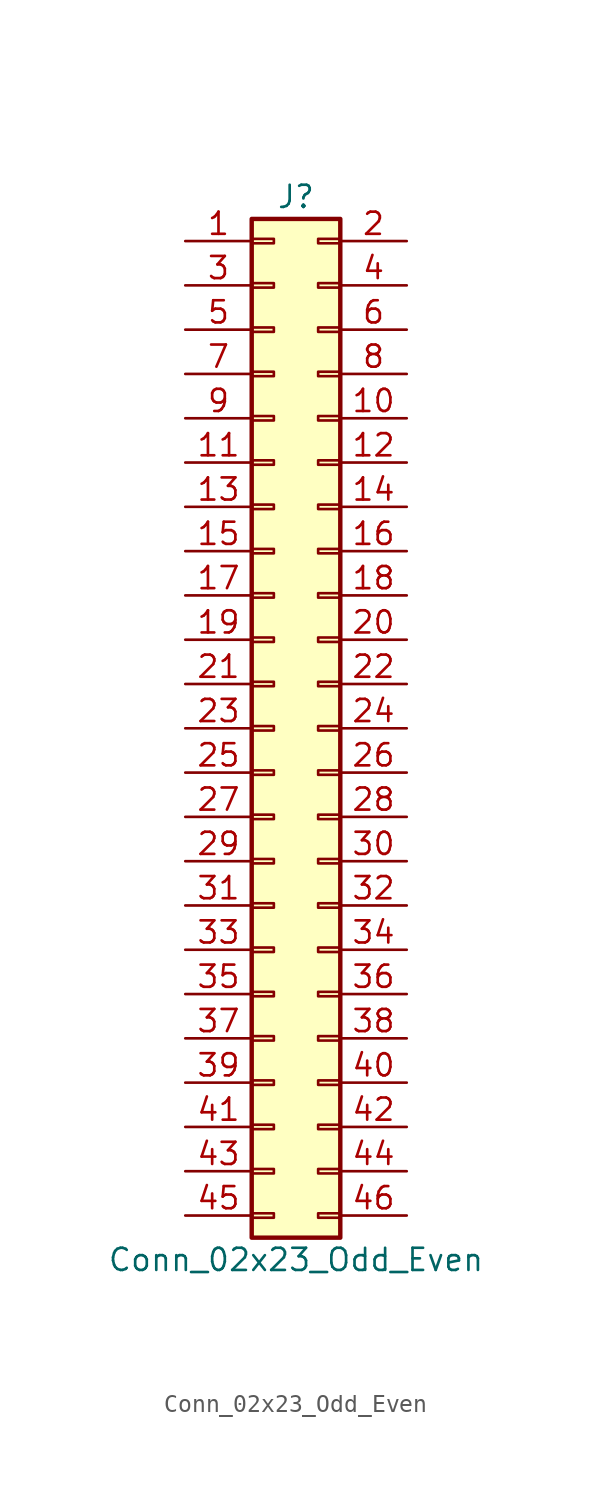
<source format=kicad_sym>
(kicad_symbol_lib
  (version 20211014)
  (generator kicad_symbol_editor)
  (symbol "Conn_02x23_Odd_Even"
    (pin_names
      (offset 1.016) hide)
    (property "Reference" "J"
      (at 1.27 30.48 0)
      (effects (font (size 1.27 1.27))))
    (property "Value" "Conn_02x23_Odd_Even"
      (at 1.27 -30.48 0)
      (effects (font (size 1.27 1.27))))
    (symbol "Conn_02x23_Odd_Even_1_1"
      (rectangle (start -1.27 -27.813) (end 0 -28.067) (stroke (width 0.152) (type default) (color 0 0 0 0)) (fill (type none)))
      (rectangle (start -1.27 -25.273) (end 0 -25.527) (stroke (width 0.152) (type default) (color 0 0 0 0)) (fill (type none)))
      (rectangle (start -1.27 -22.733) (end 0 -22.987) (stroke (width 0.152) (type default) (color 0 0 0 0)) (fill (type none)))
      (rectangle (start -1.27 -20.193) (end 0 -20.447) (stroke (width 0.152) (type default) (color 0 0 0 0)) (fill (type none)))
      (rectangle (start -1.27 -17.653) (end 0 -17.907) (stroke (width 0.152) (type default) (color 0 0 0 0)) (fill (type none)))
      (rectangle (start -1.27 -15.113) (end 0 -15.367) (stroke (width 0.152) (type default) (color 0 0 0 0)) (fill (type none)))
      (rectangle (start -1.27 -12.573) (end 0 -12.827) (stroke (width 0.152) (type default) (color 0 0 0 0)) (fill (type none)))
      (rectangle (start -1.27 -10.033) (end 0 -10.287) (stroke (width 0.152) (type default) (color 0 0 0 0)) (fill (type none)))
      (rectangle (start -1.27 -7.493) (end 0 -7.747) (stroke (width 0.152) (type default) (color 0 0 0 0)) (fill (type none)))
      (rectangle (start -1.27 -4.953) (end 0 -5.207) (stroke (width 0.152) (type default) (color 0 0 0 0)) (fill (type none)))
      (rectangle (start -1.27 -2.413) (end 0 -2.667) (stroke (width 0.152) (type default) (color 0 0 0 0)) (fill (type none)))
      (rectangle (start -1.27 0.127) (end 0 -0.127) (stroke (width 0.152) (type default) (color 0 0 0 0)) (fill (type none)))
      (rectangle (start -1.27 2.667) (end 0 2.413) (stroke (width 0.152) (type default) (color 0 0 0 0)) (fill (type none)))
      (rectangle (start -1.27 5.207) (end 0 4.953) (stroke (width 0.152) (type default) (color 0 0 0 0)) (fill (type none)))
      (rectangle (start -1.27 7.747) (end 0 7.493) (stroke (width 0.152) (type default) (color 0 0 0 0)) (fill (type none)))
      (rectangle (start -1.27 10.287) (end 0 10.033) (stroke (width 0.152) (type default) (color 0 0 0 0)) (fill (type none)))
      (rectangle (start -1.27 12.827) (end 0 12.573) (stroke (width 0.152) (type default) (color 0 0 0 0)) (fill (type none)))
      (rectangle (start -1.27 15.367) (end 0 15.113) (stroke (width 0.152) (type default) (color 0 0 0 0)) (fill (type none)))
      (rectangle (start -1.27 17.907) (end 0 17.653) (stroke (width 0.152) (type default) (color 0 0 0 0)) (fill (type none)))
      (rectangle (start -1.27 20.447) (end 0 20.193) (stroke (width 0.152) (type default) (color 0 0 0 0)) (fill (type none)))
      (rectangle (start -1.27 22.987) (end 0 22.733) (stroke (width 0.152) (type default) (color 0 0 0 0)) (fill (type none)))
      (rectangle (start -1.27 25.527) (end 0 25.273) (stroke (width 0.152) (type default) (color 0 0 0 0)) (fill (type none)))
      (rectangle (start -1.27 28.067) (end 0 27.813) (stroke (width 0.152) (type default) (color 0 0 0 0)) (fill (type none)))
      (rectangle (start -1.27 29.21) (end 3.81 -29.21) (stroke (width 0.254) (type default) (color 0 0 0 0)) (fill (type background)))
      (rectangle (start 3.81 -27.813) (end 2.54 -28.067) (stroke (width 0.152) (type default) (color 0 0 0 0)) (fill (type none)))
      (rectangle (start 3.81 -25.273) (end 2.54 -25.527) (stroke (width 0.152) (type default) (color 0 0 0 0)) (fill (type none)))
      (rectangle (start 3.81 -22.733) (end 2.54 -22.987) (stroke (width 0.152) (type default) (color 0 0 0 0)) (fill (type none)))
      (rectangle (start 3.81 -20.193) (end 2.54 -20.447) (stroke (width 0.152) (type default) (color 0 0 0 0)) (fill (type none)))
      (rectangle (start 3.81 -17.653) (end 2.54 -17.907) (stroke (width 0.152) (type default) (color 0 0 0 0)) (fill (type none)))
      (rectangle (start 3.81 -15.113) (end 2.54 -15.367) (stroke (width 0.152) (type default) (color 0 0 0 0)) (fill (type none)))
      (rectangle (start 3.81 -12.573) (end 2.54 -12.827) (stroke (width 0.152) (type default) (color 0 0 0 0)) (fill (type none)))
      (rectangle (start 3.81 -10.033) (end 2.54 -10.287) (stroke (width 0.152) (type default) (color 0 0 0 0)) (fill (type none)))
      (rectangle (start 3.81 -7.493) (end 2.54 -7.747) (stroke (width 0.152) (type default) (color 0 0 0 0)) (fill (type none)))
      (rectangle (start 3.81 -4.953) (end 2.54 -5.207) (stroke (width 0.152) (type default) (color 0 0 0 0)) (fill (type none)))
      (rectangle (start 3.81 -2.413) (end 2.54 -2.667) (stroke (width 0.152) (type default) (color 0 0 0 0)) (fill (type none)))
      (rectangle (start 3.81 0.127) (end 2.54 -0.127) (stroke (width 0.152) (type default) (color 0 0 0 0)) (fill (type none)))
      (rectangle (start 3.81 2.667) (end 2.54 2.413) (stroke (width 0.152) (type default) (color 0 0 0 0)) (fill (type none)))
      (rectangle (start 3.81 5.207) (end 2.54 4.953) (stroke (width 0.152) (type default) (color 0 0 0 0)) (fill (type none)))
      (rectangle (start 3.81 7.747) (end 2.54 7.493) (stroke (width 0.152) (type default) (color 0 0 0 0)) (fill (type none)))
      (rectangle (start 3.81 10.287) (end 2.54 10.033) (stroke (width 0.152) (type default) (color 0 0 0 0)) (fill (type none)))
      (rectangle (start 3.81 12.827) (end 2.54 12.573) (stroke (width 0.152) (type default) (color 0 0 0 0)) (fill (type none)))
      (rectangle (start 3.81 15.367) (end 2.54 15.113) (stroke (width 0.152) (type default) (color 0 0 0 0)) (fill (type none)))
      (rectangle (start 3.81 17.907) (end 2.54 17.653) (stroke (width 0.152) (type default) (color 0 0 0 0)) (fill (type none)))
      (rectangle (start 3.81 20.447) (end 2.54 20.193) (stroke (width 0.152) (type default) (color 0 0 0 0)) (fill (type none)))
      (rectangle (start 3.81 22.987) (end 2.54 22.733) (stroke (width 0.152) (type default) (color 0 0 0 0)) (fill (type none)))
      (rectangle (start 3.81 25.527) (end 2.54 25.273) (stroke (width 0.152) (type default) (color 0 0 0 0)) (fill (type none)))
      (rectangle (start 3.81 28.067) (end 2.54 27.813) (stroke (width 0.152) (type default) (color 0 0 0 0)) (fill (type none)))
      (pin passive line (at -5.08 27.94 0) (length 3.81) (name "Pin_1" (effects (font (size 1.27 1.27)))) (number "1" (effects (font (size 1.27 1.27)))))
      (pin passive line (at 7.62 17.78 180) (length 3.81) (name "Pin_10" (effects (font (size 1.27 1.27)))) (number "10" (effects (font (size 1.27 1.27)))))
      (pin passive line (at -5.08 15.24 0) (length 3.81) (name "Pin_11" (effects (font (size 1.27 1.27)))) (number "11" (effects (font (size 1.27 1.27)))))
      (pin passive line (at 7.62 15.24 180) (length 3.81) (name "Pin_12" (effects (font (size 1.27 1.27)))) (number "12" (effects (font (size 1.27 1.27)))))
      (pin passive line (at -5.08 12.7 0) (length 3.81) (name "Pin_13" (effects (font (size 1.27 1.27)))) (number "13" (effects (font (size 1.27 1.27)))))
      (pin passive line (at 7.62 12.7 180) (length 3.81) (name "Pin_14" (effects (font (size 1.27 1.27)))) (number "14" (effects (font (size 1.27 1.27)))))
      (pin passive line (at -5.08 10.16 0) (length 3.81) (name "Pin_15" (effects (font (size 1.27 1.27)))) (number "15" (effects (font (size 1.27 1.27)))))
      (pin passive line (at 7.62 10.16 180) (length 3.81) (name "Pin_16" (effects (font (size 1.27 1.27)))) (number "16" (effects (font (size 1.27 1.27)))))
      (pin passive line (at -5.08 7.62 0) (length 3.81) (name "Pin_17" (effects (font (size 1.27 1.27)))) (number "17" (effects (font (size 1.27 1.27)))))
      (pin passive line (at 7.62 7.62 180) (length 3.81) (name "Pin_18" (effects (font (size 1.27 1.27)))) (number "18" (effects (font (size 1.27 1.27)))))
      (pin passive line (at -5.08 5.08 0) (length 3.81) (name "Pin_19" (effects (font (size 1.27 1.27)))) (number "19" (effects (font (size 1.27 1.27)))))
      (pin passive line (at 7.62 27.94 180) (length 3.81) (name "Pin_2" (effects (font (size 1.27 1.27)))) (number "2" (effects (font (size 1.27 1.27)))))
      (pin passive line (at 7.62 5.08 180) (length 3.81) (name "Pin_20" (effects (font (size 1.27 1.27)))) (number "20" (effects (font (size 1.27 1.27)))))
      (pin passive line (at -5.08 2.54 0) (length 3.81) (name "Pin_21" (effects (font (size 1.27 1.27)))) (number "21" (effects (font (size 1.27 1.27)))))
      (pin passive line (at 7.62 2.54 180) (length 3.81) (name "Pin_22" (effects (font (size 1.27 1.27)))) (number "22" (effects (font (size 1.27 1.27)))))
      (pin passive line (at -5.08 0 0) (length 3.81) (name "Pin_23" (effects (font (size 1.27 1.27)))) (number "23" (effects (font (size 1.27 1.27)))))
      (pin passive line (at 7.62 0 180) (length 3.81) (name "Pin_24" (effects (font (size 1.27 1.27)))) (number "24" (effects (font (size 1.27 1.27)))))
      (pin passive line (at -5.08 -2.54 0) (length 3.81) (name "Pin_25" (effects (font (size 1.27 1.27)))) (number "25" (effects (font (size 1.27 1.27)))))
      (pin passive line (at 7.62 -2.54 180) (length 3.81) (name "Pin_26" (effects (font (size 1.27 1.27)))) (number "26" (effects (font (size 1.27 1.27)))))
      (pin passive line (at -5.08 -5.08 0) (length 3.81) (name "Pin_27" (effects (font (size 1.27 1.27)))) (number "27" (effects (font (size 1.27 1.27)))))
      (pin passive line (at 7.62 -5.08 180) (length 3.81) (name "Pin_28" (effects (font (size 1.27 1.27)))) (number "28" (effects (font (size 1.27 1.27)))))
      (pin passive line (at -5.08 -7.62 0) (length 3.81) (name "Pin_29" (effects (font (size 1.27 1.27)))) (number "29" (effects (font (size 1.27 1.27)))))
      (pin passive line (at -5.08 25.4 0) (length 3.81) (name "Pin_3" (effects (font (size 1.27 1.27)))) (number "3" (effects (font (size 1.27 1.27)))))
      (pin passive line (at 7.62 -7.62 180) (length 3.81) (name "Pin_30" (effects (font (size 1.27 1.27)))) (number "30" (effects (font (size 1.27 1.27)))))
      (pin passive line (at -5.08 -10.16 0) (length 3.81) (name "Pin_31" (effects (font (size 1.27 1.27)))) (number "31" (effects (font (size 1.27 1.27)))))
      (pin passive line (at 7.62 -10.16 180) (length 3.81) (name "Pin_32" (effects (font (size 1.27 1.27)))) (number "32" (effects (font (size 1.27 1.27)))))
      (pin passive line (at -5.08 -12.7 0) (length 3.81) (name "Pin_33" (effects (font (size 1.27 1.27)))) (number "33" (effects (font (size 1.27 1.27)))))
      (pin passive line (at 7.62 -12.7 180) (length 3.81) (name "Pin_34" (effects (font (size 1.27 1.27)))) (number "34" (effects (font (size 1.27 1.27)))))
      (pin passive line (at -5.08 -15.24 0) (length 3.81) (name "Pin_35" (effects (font (size 1.27 1.27)))) (number "35" (effects (font (size 1.27 1.27)))))
      (pin passive line (at 7.62 -15.24 180) (length 3.81) (name "Pin_36" (effects (font (size 1.27 1.27)))) (number "36" (effects (font (size 1.27 1.27)))))
      (pin passive line (at -5.08 -17.78 0) (length 3.81) (name "Pin_37" (effects (font (size 1.27 1.27)))) (number "37" (effects (font (size 1.27 1.27)))))
      (pin passive line (at 7.62 -17.78 180) (length 3.81) (name "Pin_38" (effects (font (size 1.27 1.27)))) (number "38" (effects (font (size 1.27 1.27)))))
      (pin passive line (at -5.08 -20.32 0) (length 3.81) (name "Pin_39" (effects (font (size 1.27 1.27)))) (number "39" (effects (font (size 1.27 1.27)))))
      (pin passive line (at 7.62 25.4 180) (length 3.81) (name "Pin_4" (effects (font (size 1.27 1.27)))) (number "4" (effects (font (size 1.27 1.27)))))
      (pin passive line (at 7.62 -20.32 180) (length 3.81) (name "Pin_40" (effects (font (size 1.27 1.27)))) (number "40" (effects (font (size 1.27 1.27)))))
      (pin passive line (at -5.08 -22.86 0) (length 3.81) (name "Pin_41" (effects (font (size 1.27 1.27)))) (number "41" (effects (font (size 1.27 1.27)))))
      (pin passive line (at 7.62 -22.86 180) (length 3.81) (name "Pin_42" (effects (font (size 1.27 1.27)))) (number "42" (effects (font (size 1.27 1.27)))))
      (pin passive line (at -5.08 -25.4 0) (length 3.81) (name "Pin_43" (effects (font (size 1.27 1.27)))) (number "43" (effects (font (size 1.27 1.27)))))
      (pin passive line (at 7.62 -25.4 180) (length 3.81) (name "Pin_44" (effects (font (size 1.27 1.27)))) (number "44" (effects (font (size 1.27 1.27)))))
      (pin passive line (at -5.08 -27.94 0) (length 3.81) (name "Pin_45" (effects (font (size 1.27 1.27)))) (number "45" (effects (font (size 1.27 1.27)))))
      (pin passive line (at 7.62 -27.94 180) (length 3.81) (name "Pin_46" (effects (font (size 1.27 1.27)))) (number "46" (effects (font (size 1.27 1.27)))))
      (pin passive line (at -5.08 22.86 0) (length 3.81) (name "Pin_5" (effects (font (size 1.27 1.27)))) (number "5" (effects (font (size 1.27 1.27)))))
      (pin passive line (at 7.62 22.86 180) (length 3.81) (name "Pin_6" (effects (font (size 1.27 1.27)))) (number "6" (effects (font (size 1.27 1.27)))))
      (pin passive line (at -5.08 20.32 0) (length 3.81) (name "Pin_7" (effects (font (size 1.27 1.27)))) (number "7" (effects (font (size 1.27 1.27)))))
      (pin passive line (at 7.62 20.32 180) (length 3.81) (name "Pin_8" (effects (font (size 1.27 1.27)))) (number "8" (effects (font (size 1.27 1.27)))))
      (pin passive line (at -5.08 17.78 0) (length 3.81) (name "Pin_9" (effects (font (size 1.27 1.27)))) (number "9" (effects (font (size 1.27 1.27))))))))
</source>
